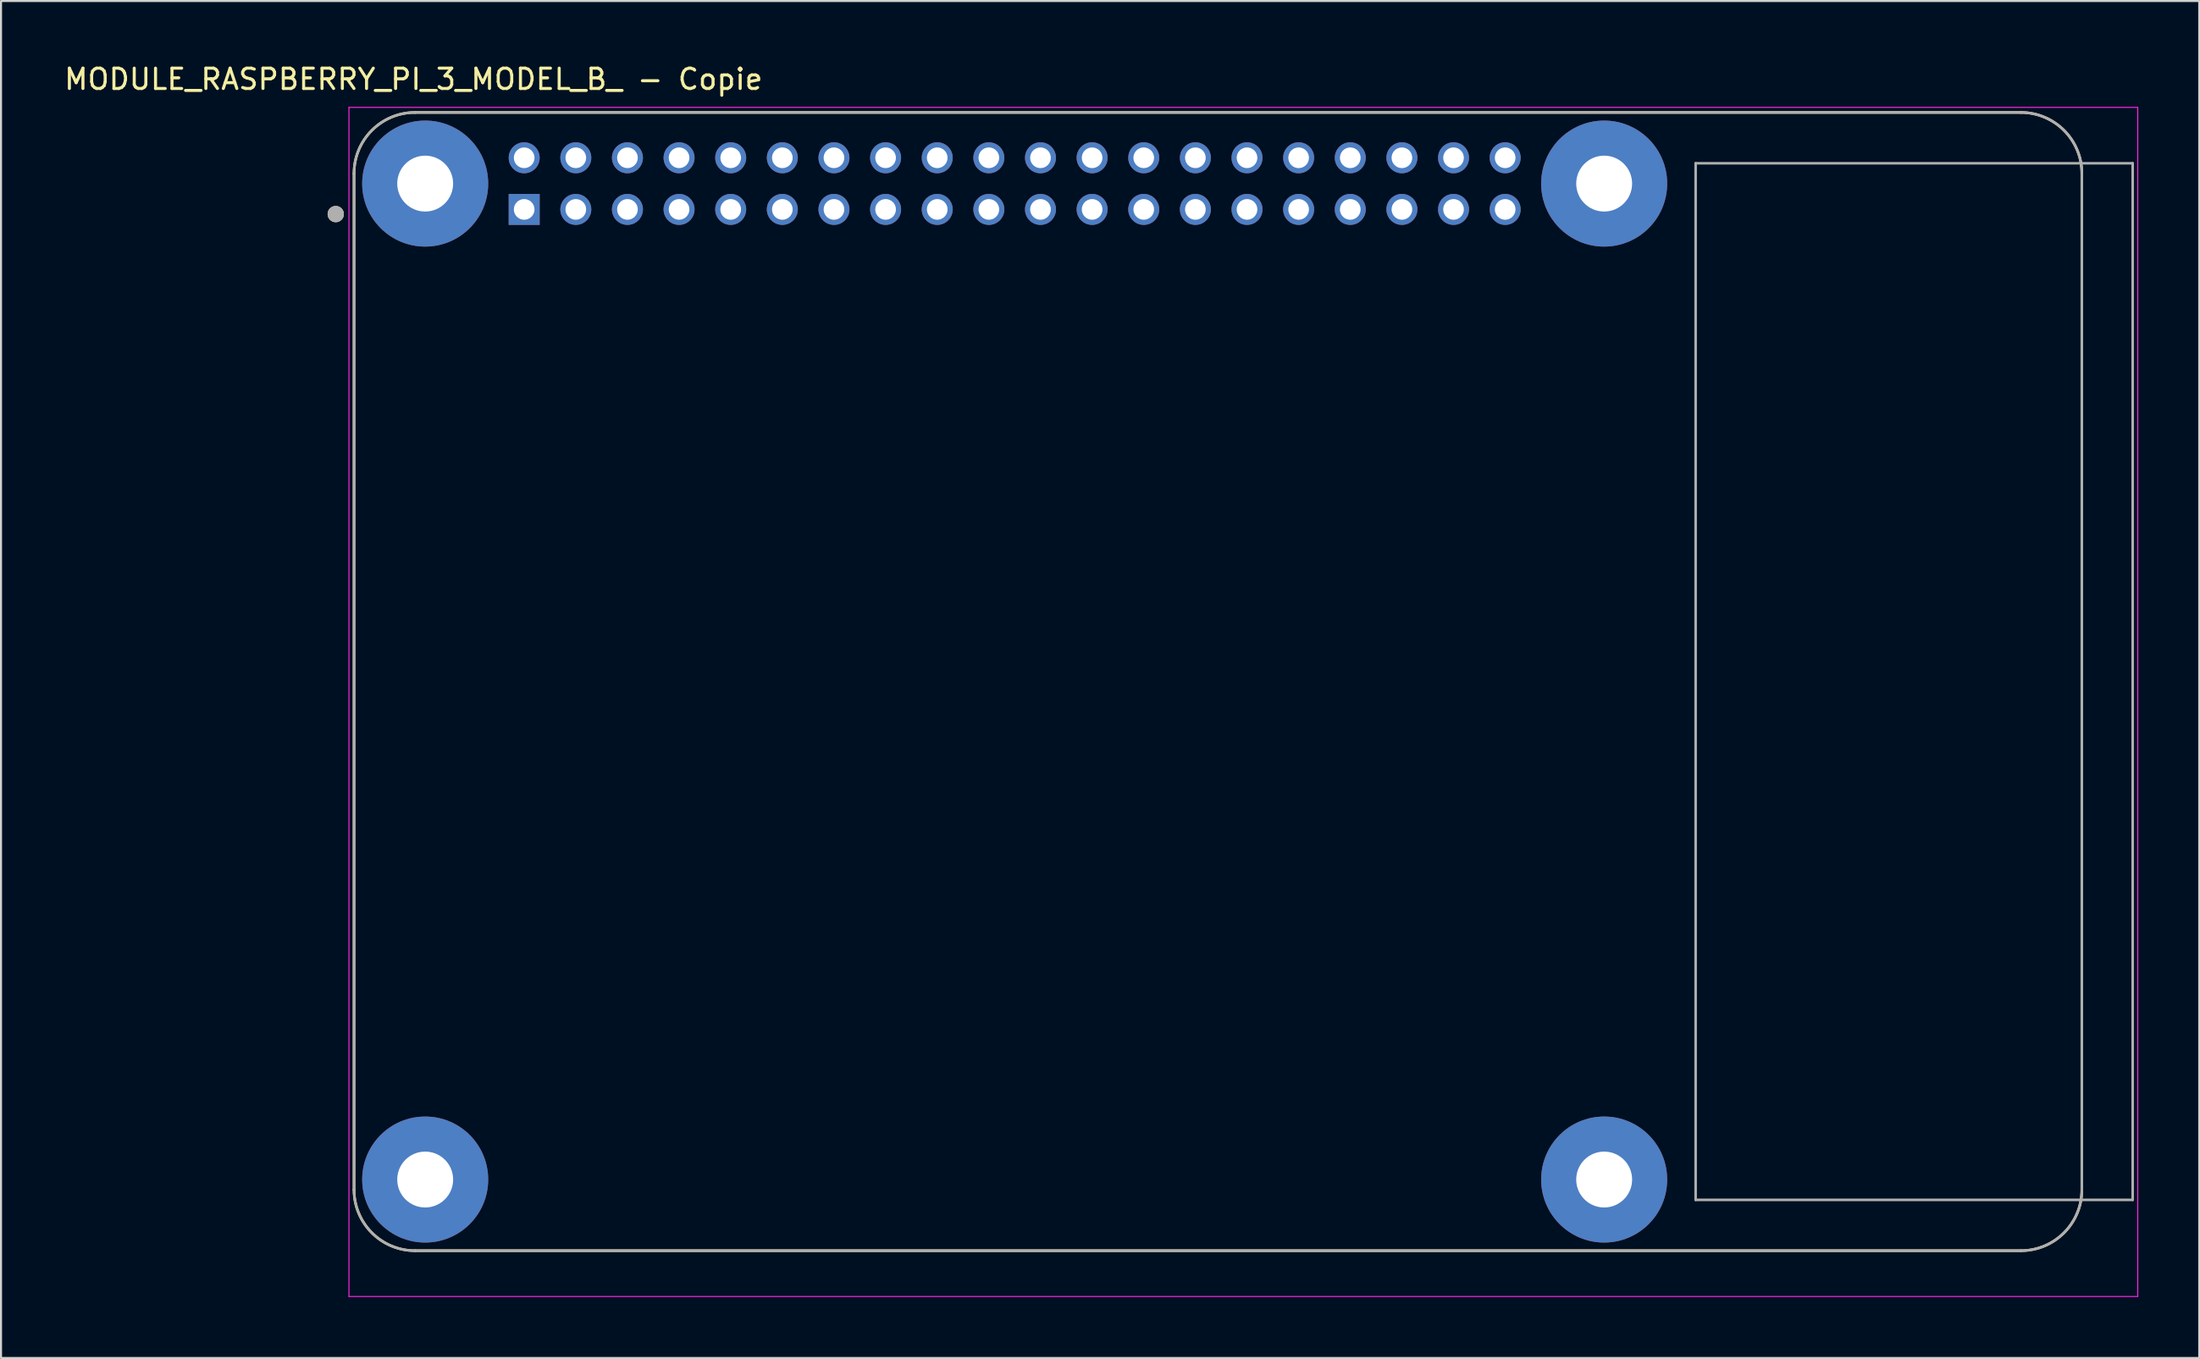
<source format=kicad_pcb>
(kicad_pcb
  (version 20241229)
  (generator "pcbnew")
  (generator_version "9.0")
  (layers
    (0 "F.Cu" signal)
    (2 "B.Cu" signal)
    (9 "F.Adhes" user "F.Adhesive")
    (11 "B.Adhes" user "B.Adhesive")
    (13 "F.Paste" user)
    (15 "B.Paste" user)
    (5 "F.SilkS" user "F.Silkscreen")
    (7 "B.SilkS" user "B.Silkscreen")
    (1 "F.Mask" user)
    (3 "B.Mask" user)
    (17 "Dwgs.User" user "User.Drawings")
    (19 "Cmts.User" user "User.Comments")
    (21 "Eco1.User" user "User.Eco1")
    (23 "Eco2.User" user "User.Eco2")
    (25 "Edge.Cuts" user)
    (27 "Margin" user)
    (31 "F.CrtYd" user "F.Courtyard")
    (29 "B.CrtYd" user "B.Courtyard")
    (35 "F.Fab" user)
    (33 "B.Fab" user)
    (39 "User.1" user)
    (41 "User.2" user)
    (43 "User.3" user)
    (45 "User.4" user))
  (footprint "MODULE_RASPBERRY_PI_3_MODEL_B_ - Copie"
    (layer "F.Cu")
    (at 56.867 30.483)
    (property "Reference" "MODULE_RASPBERRY_PI_3_MODEL_B_ - Copie" (at -39.575 -29.635 0) (layer "F.SilkS") (effects (font (size 1 1) (thickness 0.15))))
    (attr through_hole)
    (fp_line (start -42.5 -25) (end -42.5 25) (stroke (width 0.127) (type solid)) (layer "F.SilkS"))
    (fp_line (start -39.5 28) (end 39.5 28) (stroke (width 0.127) (type solid)) (layer "F.SilkS"))
    (fp_line (start 39.5 -28) (end -39.5 -28) (stroke (width 0.127) (type solid)) (layer "F.SilkS"))
    (fp_line (start 42.5 25) (end 42.5 -25) (stroke (width 0.127) (type solid)) (layer "F.SilkS"))
    (fp_arc (start -42.5 -25) (mid -41.62132 -27.12132) (end -39.5 -28) (stroke (width 0.127) (type solid)) (layer "F.SilkS"))
    (fp_arc (start -39.5 28) (mid -41.62132 27.12132) (end -42.5 25) (stroke (width 0.127) (type solid)) (layer "F.SilkS"))
    (fp_arc (start 39.5 -28) (mid 41.62132 -27.12132) (end 42.5 -25) (stroke (width 0.127) (type solid)) (layer "F.SilkS"))
    (fp_arc (start 42.5 25) (mid 41.62132 27.12132) (end 39.5 28) (stroke (width 0.127) (type solid)) (layer "F.SilkS"))
    (fp_circle (center -43.4 -23) (end -43.2 -23) (stroke (width 0.4) (type solid)) (fill no) (layer "F.SilkS"))
    (fp_line (start -42.75 -28.25) (end 45.25 -28.25) (stroke (width 0.05) (type solid)) (layer "F.CrtYd"))
    (fp_line (start -42.75 30.255) (end -42.75 -28.25) (stroke (width 0.05) (type solid)) (layer "F.CrtYd"))
    (fp_line (start 45.25 -28.25) (end 45.25 30.255) (stroke (width 0.05) (type solid)) (layer "F.CrtYd"))
    (fp_line (start 45.25 30.255) (end -42.75 30.255) (stroke (width 0.05) (type solid)) (layer "F.CrtYd"))
    (fp_line (start -42.5 -25) (end -42.5 25) (stroke (width 0.127) (type solid)) (layer "F.Fab"))
    (fp_line (start -39.5 28) (end 39.5 28) (stroke (width 0.127) (type solid)) (layer "F.Fab"))
    (fp_line (start 23.5 -25.5) (end 23.5 25.5) (stroke (width 0.127) (type solid)) (layer "F.Fab"))
    (fp_line (start 23.5 25.5) (end 45 25.5) (stroke (width 0.127) (type solid)) (layer "F.Fab"))
    (fp_line (start 39.5 -28) (end -39.5 -28) (stroke (width 0.127) (type solid)) (layer "F.Fab"))
    (fp_line (start 42.5 25) (end 42.5 -25) (stroke (width 0.127) (type solid)) (layer "F.Fab"))
    (fp_line (start 45 -25.5) (end 23.5 -25.5) (stroke (width 0.127) (type solid)) (layer "F.Fab"))
    (fp_line (start 45 25.5) (end 45 -25.5) (stroke (width 0.127) (type solid)) (layer "F.Fab"))
    (fp_arc (start -42.5 -25) (mid -41.62132 -27.12132) (end -39.5 -28) (stroke (width 0.127) (type solid)) (layer "F.Fab"))
    (fp_arc (start -39.5 28) (mid -41.62132 27.12132) (end -42.5 25) (stroke (width 0.127) (type solid)) (layer "F.Fab"))
    (fp_arc (start 39.5 -28) (mid 41.62132 -27.12132) (end 42.5 -25) (stroke (width 0.127) (type solid)) (layer "F.Fab"))
    (fp_arc (start 42.5 25) (mid 41.62132 27.12132) (end 39.5 28) (stroke (width 0.127) (type solid)) (layer "F.Fab"))
    (fp_circle (center -43.4 -23) (end -43.2 -23) (stroke (width 0.4) (type solid)) (fill no) (layer "F.Fab"))
    (pad "1" thru_hole rect (at -34.13 -23.23) (size 1.524 1.524) (drill 1.016) (layers "*.Cu" "*.Mask"))
    (pad "2" thru_hole circle (at -34.13 -25.77) (size 1.524 1.524) (drill 1.016) (layers "*.Cu" "*.Mask"))
    (pad "3" thru_hole circle (at -31.59 -23.23) (size 1.524 1.524) (drill 1.016) (layers "*.Cu" "*.Mask"))
    (pad "4" thru_hole circle (at -31.59 -25.77) (size 1.524 1.524) (drill 1.016) (layers "*.Cu" "*.Mask"))
    (pad "5" thru_hole circle (at -29.05 -23.23) (size 1.524 1.524) (drill 1.016) (layers "*.Cu" "*.Mask"))
    (pad "6" thru_hole circle (at -29.05 -25.77) (size 1.524 1.524) (drill 1.016) (layers "*.Cu" "*.Mask"))
    (pad "7" thru_hole circle (at -26.51 -23.23) (size 1.524 1.524) (drill 1.016) (layers "*.Cu" "*.Mask"))
    (pad "8" thru_hole circle (at -26.51 -25.77) (size 1.524 1.524) (drill 1.016) (layers "*.Cu" "*.Mask"))
    (pad "9" thru_hole circle (at -23.97 -23.23) (size 1.524 1.524) (drill 1.016) (layers "*.Cu" "*.Mask"))
    (pad "10" thru_hole circle (at -23.97 -25.77) (size 1.524 1.524) (drill 1.016) (layers "*.Cu" "*.Mask"))
    (pad "11" thru_hole circle (at -21.43 -23.23) (size 1.524 1.524) (drill 1.016) (layers "*.Cu" "*.Mask"))
    (pad "12" thru_hole circle (at -21.43 -25.77) (size 1.524 1.524) (drill 1.016) (layers "*.Cu" "*.Mask"))
    (pad "13" thru_hole circle (at -18.89 -23.23) (size 1.524 1.524) (drill 1.016) (layers "*.Cu" "*.Mask"))
    (pad "14" thru_hole circle (at -18.89 -25.77) (size 1.524 1.524) (drill 1.016) (layers "*.Cu" "*.Mask"))
    (pad "15" thru_hole circle (at -16.35 -23.23) (size 1.524 1.524) (drill 1.016) (layers "*.Cu" "*.Mask"))
    (pad "16" thru_hole circle (at -16.35 -25.77) (size 1.524 1.524) (drill 1.016) (layers "*.Cu" "*.Mask"))
    (pad "17" thru_hole circle (at -13.81 -23.23) (size 1.524 1.524) (drill 1.016) (layers "*.Cu" "*.Mask"))
    (pad "18" thru_hole circle (at -13.81 -25.77) (size 1.524 1.524) (drill 1.016) (layers "*.Cu" "*.Mask"))
    (pad "19" thru_hole circle (at -11.27 -23.23) (size 1.524 1.524) (drill 1.016) (layers "*.Cu" "*.Mask"))
    (pad "20" thru_hole circle (at -11.27 -25.77) (size 1.524 1.524) (drill 1.016) (layers "*.Cu" "*.Mask"))
    (pad "21" thru_hole circle (at -8.73 -23.23) (size 1.524 1.524) (drill 1.016) (layers "*.Cu" "*.Mask"))
    (pad "22" thru_hole circle (at -8.73 -25.77) (size 1.524 1.524) (drill 1.016) (layers "*.Cu" "*.Mask"))
    (pad "23" thru_hole circle (at -6.19 -23.23) (size 1.524 1.524) (drill 1.016) (layers "*.Cu" "*.Mask"))
    (pad "24" thru_hole circle (at -6.19 -25.77) (size 1.524 1.524) (drill 1.016) (layers "*.Cu" "*.Mask"))
    (pad "25" thru_hole circle (at -3.65 -23.23) (size 1.524 1.524) (drill 1.016) (layers "*.Cu" "*.Mask"))
    (pad "26" thru_hole circle (at -3.65 -25.77) (size 1.524 1.524) (drill 1.016) (layers "*.Cu" "*.Mask"))
    (pad "27" thru_hole circle (at -1.11 -23.23) (size 1.524 1.524) (drill 1.016) (layers "*.Cu" "*.Mask"))
    (pad "28" thru_hole circle (at -1.11 -25.77) (size 1.524 1.524) (drill 1.016) (layers "*.Cu" "*.Mask"))
    (pad "29" thru_hole circle (at 1.43 -23.23) (size 1.524 1.524) (drill 1.016) (layers "*.Cu" "*.Mask"))
    (pad "30" thru_hole circle (at 1.43 -25.77) (size 1.524 1.524) (drill 1.016) (layers "*.Cu" "*.Mask"))
    (pad "31" thru_hole circle (at 3.97 -23.23) (size 1.524 1.524) (drill 1.016) (layers "*.Cu" "*.Mask"))
    (pad "32" thru_hole circle (at 3.97 -25.77) (size 1.524 1.524) (drill 1.016) (layers "*.Cu" "*.Mask"))
    (pad "33" thru_hole circle (at 6.51 -23.23) (size 1.524 1.524) (drill 1.016) (layers "*.Cu" "*.Mask"))
    (pad "34" thru_hole circle (at 6.51 -25.77) (size 1.524 1.524) (drill 1.016) (layers "*.Cu" "*.Mask"))
    (pad "35" thru_hole circle (at 9.05 -23.23) (size 1.524 1.524) (drill 1.016) (layers "*.Cu" "*.Mask"))
    (pad "36" thru_hole circle (at 9.05 -25.77) (size 1.524 1.524) (drill 1.016) (layers "*.Cu" "*.Mask"))
    (pad "37" thru_hole circle (at 11.59 -23.23) (size 1.524 1.524) (drill 1.016) (layers "*.Cu" "*.Mask"))
    (pad "38" thru_hole circle (at 11.59 -25.77) (size 1.524 1.524) (drill 1.016) (layers "*.Cu" "*.Mask"))
    (pad "39" thru_hole circle (at 14.13 -23.23) (size 1.524 1.524) (drill 1.016) (layers "*.Cu" "*.Mask"))
    (pad "40" thru_hole circle (at 14.13 -25.77) (size 1.524 1.524) (drill 1.016) (layers "*.Cu" "*.Mask"))
    (pad "S1" thru_hole circle (at -39 -24.5) (size 6.2 6.2) (drill 2.75) (layers "*.Cu" "*.Mask"))
    (pad "S2" thru_hole circle (at 19 -24.5) (size 6.2 6.2) (drill 2.75) (layers "*.Cu" "*.Mask"))
    (pad "S3" thru_hole circle (at 19 24.5) (size 6.2 6.2) (drill 2.75) (layers "*.Cu" "*.Mask"))
    (pad "S4" thru_hole circle (at -39 24.5) (size 6.2 6.2) (drill 2.75) (layers "*.Cu" "*.Mask")))
  (gr_rect
    (start -3 -3)
    (end 105.142 63.763)
    (stroke (width 0.1) (type default))
    (fill no)
    (layer "Edge.Cuts")))
</source>
